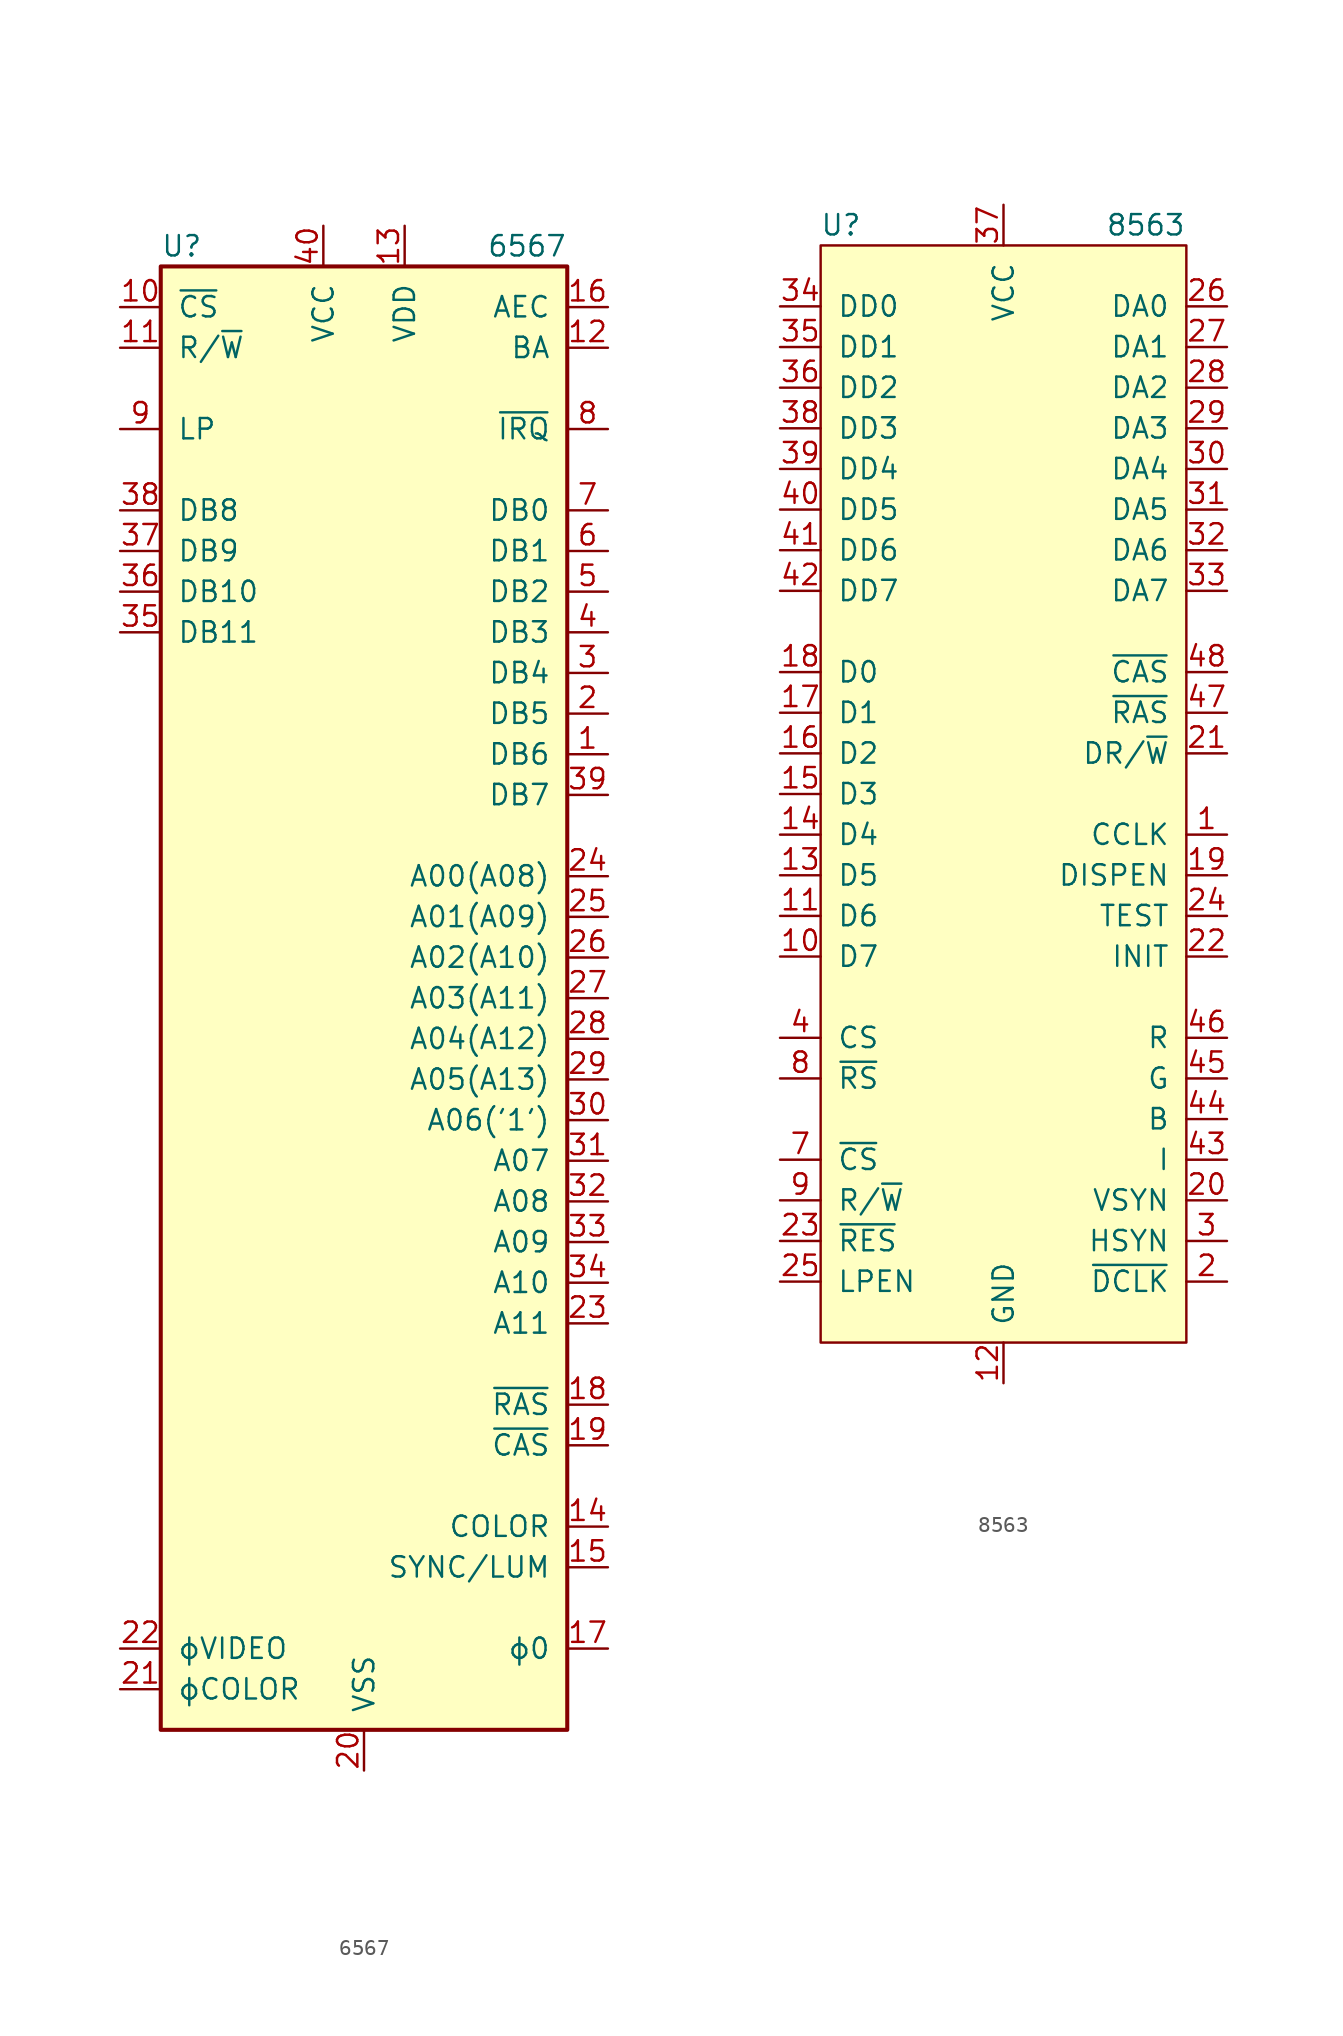
<source format=kicad_sym>
(kicad_symbol_lib
  (version 20220914)
  (generator kicad_symbol_editor)
  (symbol "6567"
    (pin_names
      (offset 1.016))
    (property "Reference" "U"
      (at -12.7 46.99 0)
      (effects (font (size 1.27 1.27)) (justify left)))
    (property "Value" "6567"
      (at 12.7 46.99 0)
      (effects (font (size 1.27 1.27)) (justify right)))
    (symbol "6567_0_1"
      (rectangle (start 12.7 45.72) (end -12.7 -45.72) (stroke (width 0.254) (type solid)) (fill (type background))))
    (symbol "6567_1_1"
      (pin bidirectional line (at 15.24 15.24 180) (length 2.54) (name "DB6" (effects (font (size 1.27 1.27)))) (number "1" (effects (font (size 1.27 1.27)))))
      (pin input line (at -15.24 43.18 0) (length 2.54) (name "~{CS}" (effects (font (size 1.27 1.27)))) (number "10" (effects (font (size 1.27 1.27)))))
      (pin input line (at -15.24 40.64 0) (length 2.54) (name "R/~{W}" (effects (font (size 1.27 1.27)))) (number "11" (effects (font (size 1.27 1.27)))))
      (pin output line (at 15.24 40.64 180) (length 2.54) (name "BA" (effects (font (size 1.27 1.27)))) (number "12" (effects (font (size 1.27 1.27)))))
      (pin power_in line (at 2.54 48.26 270) (length 2.54) (name "VDD" (effects (font (size 1.27 1.27)))) (number "13" (effects (font (size 1.27 1.27)))))
      (pin passive line (at 15.24 -33.02 180) (length 2.54) (name "COLOR" (effects (font (size 1.27 1.27)))) (number "14" (effects (font (size 1.27 1.27)))))
      (pin passive line (at 15.24 -35.56 180) (length 2.54) (name "SYNC/LUM" (effects (font (size 1.27 1.27)))) (number "15" (effects (font (size 1.27 1.27)))))
      (pin output line (at 15.24 43.18 180) (length 2.54) (name "AEC" (effects (font (size 1.27 1.27)))) (number "16" (effects (font (size 1.27 1.27)))))
      (pin output line (at 15.24 -40.64 180) (length 2.54) (name "ϕ0" (effects (font (size 1.27 1.27)))) (number "17" (effects (font (size 1.27 1.27)))))
      (pin output line (at 15.24 -25.4 180) (length 2.54) (name "~{RAS}" (effects (font (size 1.27 1.27)))) (number "18" (effects (font (size 1.27 1.27)))))
      (pin output line (at 15.24 -27.94 180) (length 2.54) (name "~{CAS}" (effects (font (size 1.27 1.27)))) (number "19" (effects (font (size 1.27 1.27)))))
      (pin bidirectional line (at 15.24 17.78 180) (length 2.54) (name "DB5" (effects (font (size 1.27 1.27)))) (number "2" (effects (font (size 1.27 1.27)))))
      (pin power_in line (at 0 -48.26 90) (length 2.54) (name "VSS" (effects (font (size 1.27 1.27)))) (number "20" (effects (font (size 1.27 1.27)))))
      (pin input line (at -15.24 -43.18 0) (length 2.54) (name "ϕCOLOR" (effects (font (size 1.27 1.27)))) (number "21" (effects (font (size 1.27 1.27)))))
      (pin input line (at -15.24 -40.64 0) (length 2.54) (name "ϕVIDEO" (effects (font (size 1.27 1.27)))) (number "22" (effects (font (size 1.27 1.27)))))
      (pin tri_state line (at 15.24 -20.32 180) (length 2.54) (name "A11" (effects (font (size 1.27 1.27)))) (number "23" (effects (font (size 1.27 1.27)))))
      (pin bidirectional line (at 15.24 7.62 180) (length 2.54) (name "A00(A08)" (effects (font (size 1.27 1.27)))) (number "24" (effects (font (size 1.27 1.27)))))
      (pin bidirectional line (at 15.24 5.08 180) (length 2.54) (name "A01(A09)" (effects (font (size 1.27 1.27)))) (number "25" (effects (font (size 1.27 1.27)))))
      (pin bidirectional line (at 15.24 2.54 180) (length 2.54) (name "A02(A10)" (effects (font (size 1.27 1.27)))) (number "26" (effects (font (size 1.27 1.27)))))
      (pin bidirectional line (at 15.24 0 180) (length 2.54) (name "A03(A11)" (effects (font (size 1.27 1.27)))) (number "27" (effects (font (size 1.27 1.27)))))
      (pin bidirectional line (at 15.24 -2.54 180) (length 2.54) (name "A04(A12)" (effects (font (size 1.27 1.27)))) (number "28" (effects (font (size 1.27 1.27)))))
      (pin bidirectional line (at 15.24 -5.08 180) (length 2.54) (name "A05(A13)" (effects (font (size 1.27 1.27)))) (number "29" (effects (font (size 1.27 1.27)))))
      (pin bidirectional line (at 15.24 20.32 180) (length 2.54) (name "DB4" (effects (font (size 1.27 1.27)))) (number "3" (effects (font (size 1.27 1.27)))))
      (pin tri_state line (at 15.24 -7.62 180) (length 2.54) (name "A06('1')" (effects (font (size 1.27 1.27)))) (number "30" (effects (font (size 1.27 1.27)))))
      (pin tri_state line (at 15.24 -10.16 180) (length 2.54) (name "A07" (effects (font (size 1.27 1.27)))) (number "31" (effects (font (size 1.27 1.27)))))
      (pin tri_state line (at 15.24 -12.7 180) (length 2.54) (name "A08" (effects (font (size 1.27 1.27)))) (number "32" (effects (font (size 1.27 1.27)))))
      (pin tri_state line (at 15.24 -15.24 180) (length 2.54) (name "A09" (effects (font (size 1.27 1.27)))) (number "33" (effects (font (size 1.27 1.27)))))
      (pin tri_state line (at 15.24 -17.78 180) (length 2.54) (name "A10" (effects (font (size 1.27 1.27)))) (number "34" (effects (font (size 1.27 1.27)))))
      (pin input line (at -15.24 22.86 0) (length 2.54) (name "DB11" (effects (font (size 1.27 1.27)))) (number "35" (effects (font (size 1.27 1.27)))))
      (pin input line (at -15.24 25.4 0) (length 2.54) (name "DB10" (effects (font (size 1.27 1.27)))) (number "36" (effects (font (size 1.27 1.27)))))
      (pin input line (at -15.24 27.94 0) (length 2.54) (name "DB9" (effects (font (size 1.27 1.27)))) (number "37" (effects (font (size 1.27 1.27)))))
      (pin input line (at -15.24 30.48 0) (length 2.54) (name "DB8" (effects (font (size 1.27 1.27)))) (number "38" (effects (font (size 1.27 1.27)))))
      (pin bidirectional line (at 15.24 12.7 180) (length 2.54) (name "DB7" (effects (font (size 1.27 1.27)))) (number "39" (effects (font (size 1.27 1.27)))))
      (pin bidirectional line (at 15.24 22.86 180) (length 2.54) (name "DB3" (effects (font (size 1.27 1.27)))) (number "4" (effects (font (size 1.27 1.27)))))
      (pin power_in line (at -2.54 48.26 270) (length 2.54) (name "VCC" (effects (font (size 1.27 1.27)))) (number "40" (effects (font (size 1.27 1.27)))))
      (pin bidirectional line (at 15.24 25.4 180) (length 2.54) (name "DB2" (effects (font (size 1.27 1.27)))) (number "5" (effects (font (size 1.27 1.27)))))
      (pin bidirectional line (at 15.24 27.94 180) (length 2.54) (name "DB1" (effects (font (size 1.27 1.27)))) (number "6" (effects (font (size 1.27 1.27)))))
      (pin bidirectional line (at 15.24 30.48 180) (length 2.54) (name "DB0" (effects (font (size 1.27 1.27)))) (number "7" (effects (font (size 1.27 1.27)))))
      (pin open_collector line (at 15.24 35.56 180) (length 2.54) (name "~{IRQ}" (effects (font (size 1.27 1.27)))) (number "8" (effects (font (size 1.27 1.27)))))
      (pin input line (at -15.24 35.56 0) (length 2.54) (name "LP" (effects (font (size 1.27 1.27)))) (number "9" (effects (font (size 1.27 1.27)))))))
  (symbol "8563"
    (pin_names
      (offset 1.016))
    (property "Reference" "U"
      (at -10.16 34.29 0)
      (effects (font (size 1.27 1.27))))
    (property "Value" "8563"
      (at 8.89 34.29 0)
      (effects (font (size 1.27 1.27))))
    (symbol "8563_0_1"
      (rectangle (start -11.43 33.02) (end 11.43 -35.56) (stroke (width 0) (type default)) (fill (type background))))
    (symbol "8563_1_1"
      (pin output line (at 13.97 -3.81 180) (length 2.54) (name "CCLK" (effects (font (size 1.27 1.27)))) (number "1" (effects (font (size 1.27 1.27)))))
      (pin bidirectional line (at -13.97 -11.43 0) (length 2.54) (name "D7" (effects (font (size 1.27 1.27)))) (number "10" (effects (font (size 1.27 1.27)))))
      (pin bidirectional line (at -13.97 -8.89 0) (length 2.54) (name "D6" (effects (font (size 1.27 1.27)))) (number "11" (effects (font (size 1.27 1.27)))))
      (pin power_in line (at 0 -38.1 90) (length 2.54) (name "GND" (effects (font (size 1.27 1.27)))) (number "12" (effects (font (size 1.27 1.27)))))
      (pin bidirectional line (at -13.97 -6.35 0) (length 2.54) (name "D5" (effects (font (size 1.27 1.27)))) (number "13" (effects (font (size 1.27 1.27)))))
      (pin bidirectional line (at -13.97 -3.81 0) (length 2.54) (name "D4" (effects (font (size 1.27 1.27)))) (number "14" (effects (font (size 1.27 1.27)))))
      (pin bidirectional line (at -13.97 -1.27 0) (length 2.54) (name "D3" (effects (font (size 1.27 1.27)))) (number "15" (effects (font (size 1.27 1.27)))))
      (pin bidirectional line (at -13.97 1.27 0) (length 2.54) (name "D2" (effects (font (size 1.27 1.27)))) (number "16" (effects (font (size 1.27 1.27)))))
      (pin bidirectional line (at -13.97 3.81 0) (length 2.54) (name "D1" (effects (font (size 1.27 1.27)))) (number "17" (effects (font (size 1.27 1.27)))))
      (pin bidirectional line (at -13.97 6.35 0) (length 2.54) (name "D0" (effects (font (size 1.27 1.27)))) (number "18" (effects (font (size 1.27 1.27)))))
      (pin output line (at 13.97 -6.35 180) (length 2.54) (name "DISPEN" (effects (font (size 1.27 1.27)))) (number "19" (effects (font (size 1.27 1.27)))))
      (pin input line (at 13.97 -31.75 180) (length 2.54) (name "~{DCLK}" (effects (font (size 1.27 1.27)))) (number "2" (effects (font (size 1.27 1.27)))))
      (pin output line (at 13.97 -26.67 180) (length 2.54) (name "VSYN" (effects (font (size 1.27 1.27)))) (number "20" (effects (font (size 1.27 1.27)))))
      (pin output line (at 13.97 1.27 180) (length 2.54) (name "DR/~{W}" (effects (font (size 1.27 1.27)))) (number "21" (effects (font (size 1.27 1.27)))))
      (pin input line (at 13.97 -11.43 180) (length 2.54) (name "INIT" (effects (font (size 1.27 1.27)))) (number "22" (effects (font (size 1.27 1.27)))))
      (pin input line (at -13.97 -29.21 0) (length 2.54) (name "~{RES}" (effects (font (size 1.27 1.27)))) (number "23" (effects (font (size 1.27 1.27)))))
      (pin input line (at 13.97 -8.89 180) (length 2.54) (name "TEST" (effects (font (size 1.27 1.27)))) (number "24" (effects (font (size 1.27 1.27)))))
      (pin input line (at -13.97 -31.75 0) (length 2.54) (name "LPEN" (effects (font (size 1.27 1.27)))) (number "25" (effects (font (size 1.27 1.27)))))
      (pin bidirectional line (at 13.97 29.21 180) (length 2.54) (name "DA0" (effects (font (size 1.27 1.27)))) (number "26" (effects (font (size 1.27 1.27)))))
      (pin bidirectional line (at 13.97 26.67 180) (length 2.54) (name "DA1" (effects (font (size 1.27 1.27)))) (number "27" (effects (font (size 1.27 1.27)))))
      (pin bidirectional line (at 13.97 24.13 180) (length 2.54) (name "DA2" (effects (font (size 1.27 1.27)))) (number "28" (effects (font (size 1.27 1.27)))))
      (pin bidirectional line (at 13.97 21.59 180) (length 2.54) (name "DA3" (effects (font (size 1.27 1.27)))) (number "29" (effects (font (size 1.27 1.27)))))
      (pin output line (at 13.97 -29.21 180) (length 2.54) (name "HSYN" (effects (font (size 1.27 1.27)))) (number "3" (effects (font (size 1.27 1.27)))))
      (pin bidirectional line (at 13.97 19.05 180) (length 2.54) (name "DA4" (effects (font (size 1.27 1.27)))) (number "30" (effects (font (size 1.27 1.27)))))
      (pin bidirectional line (at 13.97 16.51 180) (length 2.54) (name "DA5" (effects (font (size 1.27 1.27)))) (number "31" (effects (font (size 1.27 1.27)))))
      (pin bidirectional line (at 13.97 13.97 180) (length 2.54) (name "DA6" (effects (font (size 1.27 1.27)))) (number "32" (effects (font (size 1.27 1.27)))))
      (pin bidirectional line (at 13.97 11.43 180) (length 2.54) (name "DA7" (effects (font (size 1.27 1.27)))) (number "33" (effects (font (size 1.27 1.27)))))
      (pin bidirectional line (at -13.97 29.21 0) (length 2.54) (name "DD0" (effects (font (size 1.27 1.27)))) (number "34" (effects (font (size 1.27 1.27)))))
      (pin bidirectional line (at -13.97 26.67 0) (length 2.54) (name "DD1" (effects (font (size 1.27 1.27)))) (number "35" (effects (font (size 1.27 1.27)))))
      (pin bidirectional line (at -13.97 24.13 0) (length 2.54) (name "DD2" (effects (font (size 1.27 1.27)))) (number "36" (effects (font (size 1.27 1.27)))))
      (pin power_in line (at 0 35.56 270) (length 2.54) (name "VCC" (effects (font (size 1.27 1.27)))) (number "37" (effects (font (size 1.27 1.27)))))
      (pin bidirectional line (at -13.97 21.59 0) (length 2.54) (name "DD3" (effects (font (size 1.27 1.27)))) (number "38" (effects (font (size 1.27 1.27)))))
      (pin bidirectional line (at -13.97 19.05 0) (length 2.54) (name "DD4" (effects (font (size 1.27 1.27)))) (number "39" (effects (font (size 1.27 1.27)))))
      (pin input line (at -13.97 -16.51 0) (length 2.54) (name "CS" (effects (font (size 1.27 1.27)))) (number "4" (effects (font (size 1.27 1.27)))))
      (pin bidirectional line (at -13.97 16.51 0) (length 2.54) (name "DD5" (effects (font (size 1.27 1.27)))) (number "40" (effects (font (size 1.27 1.27)))))
      (pin bidirectional line (at -13.97 13.97 0) (length 2.54) (name "DD6" (effects (font (size 1.27 1.27)))) (number "41" (effects (font (size 1.27 1.27)))))
      (pin bidirectional line (at -13.97 11.43 0) (length 2.54) (name "DD7" (effects (font (size 1.27 1.27)))) (number "42" (effects (font (size 1.27 1.27)))))
      (pin output line (at 13.97 -24.13 180) (length 2.54) (name "I" (effects (font (size 1.27 1.27)))) (number "43" (effects (font (size 1.27 1.27)))))
      (pin output line (at 13.97 -21.59 180) (length 2.54) (name "B" (effects (font (size 1.27 1.27)))) (number "44" (effects (font (size 1.27 1.27)))))
      (pin output line (at 13.97 -19.05 180) (length 2.54) (name "G" (effects (font (size 1.27 1.27)))) (number "45" (effects (font (size 1.27 1.27)))))
      (pin output line (at 13.97 -16.51 180) (length 2.54) (name "R" (effects (font (size 1.27 1.27)))) (number "46" (effects (font (size 1.27 1.27)))))
      (pin output line (at 13.97 3.81 180) (length 2.54) (name "~{RAS}" (effects (font (size 1.27 1.27)))) (number "47" (effects (font (size 1.27 1.27)))))
      (pin output line (at 13.97 6.35 180) (length 2.54) (name "~{CAS}" (effects (font (size 1.27 1.27)))) (number "48" (effects (font (size 1.27 1.27)))))
      (pin no_connect line (at 2.54 36.83 270) (length 3.81) hide (name "NC" (effects (font (size 1.27 1.27)))) (number "5" (effects (font (size 1.27 1.27)))))
      (pin no_connect line (at 5.08 36.83 270) (length 3.81) hide (name "NC" (effects (font (size 1.27 1.27)))) (number "6" (effects (font (size 1.27 1.27)))))
      (pin input line (at -13.97 -24.13 0) (length 2.54) (name "~{CS}" (effects (font (size 1.27 1.27)))) (number "7" (effects (font (size 1.27 1.27)))))
      (pin input line (at -13.97 -19.05 0) (length 2.54) (name "~{RS}" (effects (font (size 1.27 1.27)))) (number "8" (effects (font (size 1.27 1.27)))))
      (pin input line (at -13.97 -26.67 0) (length 2.54) (name "R/~{W}" (effects (font (size 1.27 1.27)))) (number "9" (effects (font (size 1.27 1.27))))))))
</source>
